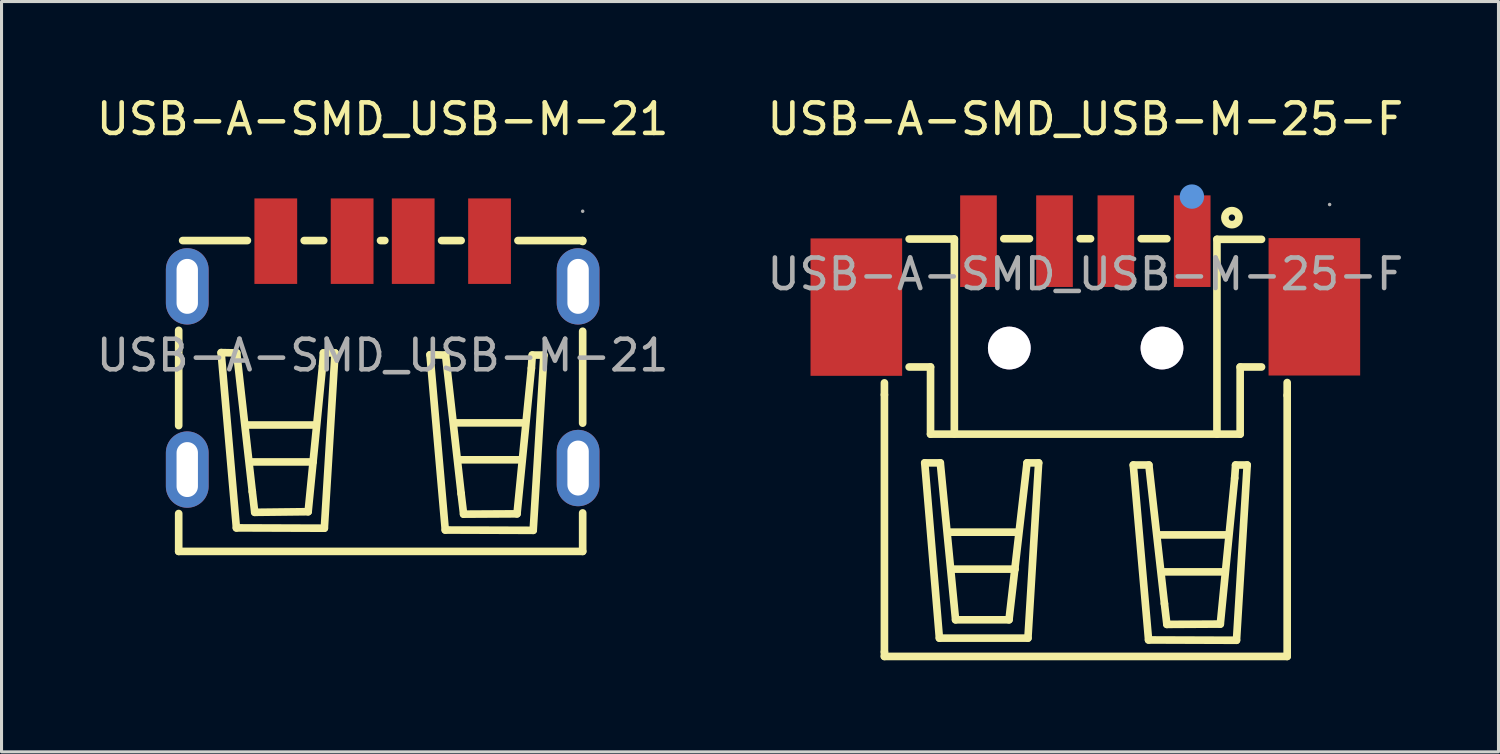
<source format=kicad_pcb>
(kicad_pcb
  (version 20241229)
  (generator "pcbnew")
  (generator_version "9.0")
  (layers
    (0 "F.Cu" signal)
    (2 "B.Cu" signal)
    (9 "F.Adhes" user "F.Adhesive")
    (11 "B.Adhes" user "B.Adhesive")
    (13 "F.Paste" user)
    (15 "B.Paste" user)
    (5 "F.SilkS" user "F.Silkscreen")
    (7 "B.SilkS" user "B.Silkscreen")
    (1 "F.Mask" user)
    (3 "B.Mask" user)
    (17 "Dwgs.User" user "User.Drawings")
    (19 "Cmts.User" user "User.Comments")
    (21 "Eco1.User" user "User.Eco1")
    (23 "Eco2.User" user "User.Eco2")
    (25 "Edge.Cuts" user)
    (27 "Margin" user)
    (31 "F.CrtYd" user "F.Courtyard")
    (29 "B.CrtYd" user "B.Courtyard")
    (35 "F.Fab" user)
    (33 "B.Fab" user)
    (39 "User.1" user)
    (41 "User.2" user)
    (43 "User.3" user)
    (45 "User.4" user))
  (footprint "USB-A-SMD_USB-M-25-F"
    (layer "F.Cu")
    (at 32.494 5.928)
    (property "Reference" "USB-A-SMD_USB-M-25-F" (at 0 -5.08 0) (layer "F.SilkS") (effects (font (size 1 1) (thickness 0.15))))
    (attr through_hole)
    (fp_line (start -6.58 3.95) (end -6.58 3.56) (stroke (width 0.25) (type solid)) (layer "F.SilkS"))
    (fp_line (start -6.58 3.95) (end -6.58 12.37) (stroke (width 0.25) (type solid)) (layer "F.SilkS"))
    (fp_line (start -6.58 12.37) (end -6.58 12.52) (stroke (width 0.25) (type solid)) (layer "F.SilkS"))
    (fp_line (start -6.58 12.52) (end 6.61 12.52) (stroke (width 0.25) (type solid)) (layer "F.SilkS"))
    (fp_line (start -5.26 6.18) (end -4.75 6.18) (stroke (width 0.25) (type solid)) (layer "F.SilkS"))
    (fp_line (start -5.07 3.04) (end -5.77 3.04) (stroke (width 0.25) (type solid)) (layer "F.SilkS"))
    (fp_line (start -5.07 3.04) (end -5.07 5.24) (stroke (width 0.25) (type solid)) (layer "F.SilkS"))
    (fp_line (start -5.07 5.24) (end 5.07 5.24) (stroke (width 0.25) (type solid)) (layer "F.SilkS"))
    (fp_line (start -4.78 11.92) (end -5.26 6.18) (stroke (width 0.25) (type solid)) (layer "F.SilkS"))
    (fp_line (start -4.75 6.18) (end -4.25 11.32) (stroke (width 0.25) (type solid)) (layer "F.SilkS"))
    (fp_line (start -4.47 8.45) (end -2.21 8.45) (stroke (width 0.25) (type solid)) (layer "F.SilkS"))
    (fp_line (start -4.33 9.66) (end -2.3 9.66) (stroke (width 0.25) (type solid)) (layer "F.SilkS"))
    (fp_line (start -4.29 -1.15) (end -5.77 -1.15) (stroke (width 0.25) (type solid)) (layer "F.SilkS"))
    (fp_line (start -4.29 5.23) (end -4.29 -1.15) (stroke (width 0.25) (type solid)) (layer "F.SilkS"))
    (fp_line (start -4.25 11.32) (end -2.5 11.32) (stroke (width 0.25) (type solid)) (layer "F.SilkS"))
    (fp_line (start -2.67 -1.16) (end -1.83 -1.16) (stroke (width 0.25) (type solid)) (layer "F.SilkS"))
    (fp_line (start -2.5 11.32) (end -1.91 6.18) (stroke (width 0.25) (type solid)) (layer "F.SilkS"))
    (fp_line (start -1.91 6.18) (end -1.53 6.18) (stroke (width 0.25) (type solid)) (layer "F.SilkS"))
    (fp_line (start -1.88 11.92) (end -4.78 11.92) (stroke (width 0.25) (type solid)) (layer "F.SilkS"))
    (fp_line (start -1.53 6.18) (end -1.88 11.92) (stroke (width 0.25) (type solid)) (layer "F.SilkS"))
    (fp_line (start -0.17 -1.16) (end 0.17 -1.16) (stroke (width 0.25) (type solid)) (layer "F.SilkS"))
    (fp_line (start 1.57 6.25) (end 2.08 6.25) (stroke (width 0.25) (type solid)) (layer "F.SilkS"))
    (fp_line (start 1.83 -1.16) (end 2.67 -1.16) (stroke (width 0.25) (type solid)) (layer "F.SilkS"))
    (fp_line (start 2.07 11.98) (end 1.57 6.25) (stroke (width 0.25) (type solid)) (layer "F.SilkS"))
    (fp_line (start 2.08 6.25) (end 2.59 10.79) (stroke (width 0.25) (type solid)) (layer "F.SilkS"))
    (fp_line (start 2.41 8.54) (end 4.67 8.54) (stroke (width 0.25) (type solid)) (layer "F.SilkS"))
    (fp_line (start 2.55 9.75) (end 4.58 9.75) (stroke (width 0.25) (type solid)) (layer "F.SilkS"))
    (fp_line (start 2.59 10.79) (end 2.67 11.47) (stroke (width 0.25) (type solid)) (layer "F.SilkS"))
    (fp_line (start 2.67 11.47) (end 4.42 11.46) (stroke (width 0.25) (type solid)) (layer "F.SilkS"))
    (fp_line (start 4.31 -1.14) (end 5.77 -1.14) (stroke (width 0.25) (type solid)) (layer "F.SilkS"))
    (fp_line (start 4.31 5.24) (end 4.31 -1.14) (stroke (width 0.25) (type solid)) (layer "F.SilkS"))
    (fp_line (start 4.42 11.46) (end 4.89 6.68) (stroke (width 0.25) (type solid)) (layer "F.SilkS"))
    (fp_line (start 4.89 6.68) (end 4.92 6.25) (stroke (width 0.25) (type solid)) (layer "F.SilkS"))
    (fp_line (start 4.92 6.25) (end 5.3 6.25) (stroke (width 0.25) (type solid)) (layer "F.SilkS"))
    (fp_line (start 4.95 11.99) (end 2.07 11.98) (stroke (width 0.25) (type solid)) (layer "F.SilkS"))
    (fp_line (start 5.07 3.04) (end 5.77 3.04) (stroke (width 0.25) (type solid)) (layer "F.SilkS"))
    (fp_line (start 5.07 5.24) (end 5.07 3.04) (stroke (width 0.25) (type solid)) (layer "F.SilkS"))
    (fp_line (start 5.3 6.25) (end 4.95 11.99) (stroke (width 0.25) (type solid)) (layer "F.SilkS"))
    (fp_line (start 6.61 3.97) (end 6.61 3.55) (stroke (width 0.25) (type solid)) (layer "F.SilkS"))
    (fp_line (start 6.61 3.97) (end 6.61 12.52) (stroke (width 0.25) (type solid)) (layer "F.SilkS"))
    (fp_circle (center 4.8 -1.85) (end 5.03 -1.85) (stroke (width 0.25) (type solid)) (fill no) (layer "F.SilkS"))
    (fp_circle (center -2.49 2.42) (end -2.24 2.42) (stroke (width 0.5) (type solid)) (fill no) (layer "Cmts.User"))
    (fp_circle (center 2.51 2.42) (end 2.76 2.42) (stroke (width 0.5) (type solid)) (fill no) (layer "Cmts.User"))
    (fp_circle (center 3.49 -2.54) (end 3.69 -2.54) (stroke (width 0.4) (type solid)) (fill no) (layer "Cmts.User"))
    (fp_circle (center 8 -2.28) (end 8.03 -2.28) (stroke (width 0.06) (type solid)) (fill no) (layer "F.Fab"))
    (fp_text user "${REFERENCE}" (at 0 0 0) (layer "F.Fab") (effects (font (size 1 1) (thickness 0.15))))
    (pad "" thru_hole circle (at -2.49 2.42) (size 1.4 1.4) (drill 1.4) (layers "*.Cu" "*.Mask"))
    (pad "" thru_hole circle (at 2.51 2.42) (size 1.4 1.4) (drill 1.4) (layers "*.Cu" "*.Mask"))
    (pad "1" smd rect (at 3.5 -1.08) (size 1.2 3) (layers "F.Cu" "F.Mask" "F.Paste"))
    (pad "2" smd rect (at 1 -1.08) (size 1.2 3) (layers "F.Cu" "F.Mask" "F.Paste"))
    (pad "3" smd rect (at -1.01 -1.08) (size 1.2 3) (layers "F.Cu" "F.Mask" "F.Paste"))
    (pad "4" smd rect (at -3.5 -1.08) (size 1.2 3) (layers "F.Cu" "F.Mask" "F.Paste"))
    (pad "5" smd rect (at -7.5 1.08 90) (size 4.5 3) (layers "F.Cu" "F.Mask" "F.Paste"))
    (pad "6" smd rect (at 7.5 1.07 90) (size 4.5 3) (layers "F.Cu" "F.Mask" "F.Paste")))
  (footprint "USB-A-SMD_USB-M-21"
    (layer "F.Cu")
    (at 9.482 8.588)
    (property "Reference" "USB-A-SMD_USB-M-21" (at 0 -7.74 0) (layer "F.SilkS") (effects (font (size 1 1) (thickness 0.15))))
    (attr through_hole)
    (fp_line (start -6.68 2.3) (end -6.68 -0.82) (stroke (width 0.25) (type solid)) (layer "F.SilkS"))
    (fp_line (start -6.68 6.42) (end -6.68 5.18) (stroke (width 0.25) (type solid)) (layer "F.SilkS"))
    (fp_line (start -6.55 -3.76) (end -4.43 -3.76) (stroke (width 0.25) (type solid)) (layer "F.SilkS"))
    (fp_line (start -5.29 -0.09) (end -4.78 -0.08) (stroke (width 0.25) (type solid)) (layer "F.SilkS"))
    (fp_line (start -4.79 5.65) (end -5.29 -0.09) (stroke (width 0.25) (type solid)) (layer "F.SilkS"))
    (fp_line (start -4.78 -0.08) (end -4.27 4.46) (stroke (width 0.25) (type solid)) (layer "F.SilkS"))
    (fp_line (start -4.45 2.28) (end -2.19 2.28) (stroke (width 0.25) (type solid)) (layer "F.SilkS"))
    (fp_line (start -4.31 3.49) (end -2.28 3.49) (stroke (width 0.25) (type solid)) (layer "F.SilkS"))
    (fp_line (start -4.27 4.46) (end -4.19 5.14) (stroke (width 0.25) (type solid)) (layer "F.SilkS"))
    (fp_line (start -4.19 5.14) (end -2.44 5.12) (stroke (width 0.25) (type solid)) (layer "F.SilkS"))
    (fp_line (start -2.57 -3.76) (end -1.93 -3.76) (stroke (width 0.25) (type solid)) (layer "F.SilkS"))
    (fp_line (start -2.44 5.12) (end -1.97 0.35) (stroke (width 0.25) (type solid)) (layer "F.SilkS"))
    (fp_line (start -1.97 0.35) (end -1.94 -0.08) (stroke (width 0.25) (type solid)) (layer "F.SilkS"))
    (fp_line (start -1.94 -0.08) (end -1.56 -0.08) (stroke (width 0.25) (type solid)) (layer "F.SilkS"))
    (fp_line (start -1.91 5.66) (end -4.79 5.65) (stroke (width 0.25) (type solid)) (layer "F.SilkS"))
    (fp_line (start -1.56 -0.08) (end -1.91 5.66) (stroke (width 0.25) (type solid)) (layer "F.SilkS"))
    (fp_line (start -0.07 -3.76) (end 0.07 -3.76) (stroke (width 0.25) (type solid)) (layer "F.SilkS"))
    (fp_line (start 1.55 -0.02) (end 2.06 -0.01) (stroke (width 0.25) (type solid)) (layer "F.SilkS"))
    (fp_line (start 1.93 -3.76) (end 2.57 -3.76) (stroke (width 0.25) (type solid)) (layer "F.SilkS"))
    (fp_line (start 2.05 5.72) (end 1.55 -0.02) (stroke (width 0.25) (type solid)) (layer "F.SilkS"))
    (fp_line (start 2.06 -0.01) (end 2.57 4.53) (stroke (width 0.25) (type solid)) (layer "F.SilkS"))
    (fp_line (start 2.4 2.21) (end 4.66 2.21) (stroke (width 0.25) (type solid)) (layer "F.SilkS"))
    (fp_line (start 2.54 3.42) (end 4.57 3.42) (stroke (width 0.25) (type solid)) (layer "F.SilkS"))
    (fp_line (start 2.57 4.53) (end 2.65 5.2) (stroke (width 0.25) (type solid)) (layer "F.SilkS"))
    (fp_line (start 2.65 5.2) (end 4.4 5.19) (stroke (width 0.25) (type solid)) (layer "F.SilkS"))
    (fp_line (start 4.4 5.19) (end 4.87 0.42) (stroke (width 0.25) (type solid)) (layer "F.SilkS"))
    (fp_line (start 4.43 -3.76) (end 6.55 -3.76) (stroke (width 0.25) (type solid)) (layer "F.SilkS"))
    (fp_line (start 4.87 0.42) (end 4.9 -0.01) (stroke (width 0.25) (type solid)) (layer "F.SilkS"))
    (fp_line (start 4.9 -0.01) (end 5.28 -0.01) (stroke (width 0.25) (type solid)) (layer "F.SilkS"))
    (fp_line (start 4.93 5.73) (end 2.05 5.72) (stroke (width 0.25) (type solid)) (layer "F.SilkS"))
    (fp_line (start 5.28 -0.01) (end 4.93 5.73) (stroke (width 0.25) (type solid)) (layer "F.SilkS"))
    (fp_line (start 6.55 -3.76) (end 6.55 -3.73) (stroke (width 0.25) (type solid)) (layer "F.SilkS"))
    (fp_line (start 6.55 -0.79) (end 6.55 2.22) (stroke (width 0.25) (type solid)) (layer "F.SilkS"))
    (fp_line (start 6.55 5.16) (end 6.55 6.42) (stroke (width 0.25) (type solid)) (layer "F.SilkS"))
    (fp_line (start 6.55 6.42) (end -6.68 6.42) (stroke (width 0.25) (type solid)) (layer "F.SilkS"))
    (fp_circle (center 6.55 -4.72) (end 6.58 -4.72) (stroke (width 0.06) (type solid)) (fill no) (layer "F.Fab"))
    (fp_text user "${REFERENCE}" (at 0 0 0) (layer "F.Fab") (effects (font (size 1 1) (thickness 0.15))))
    (pad "1" smd rect (at 3.5 -3.74 180) (size 1.4 2.8) (layers "F.Cu" "F.Mask" "F.Paste"))
    (pad "2" smd rect (at 1 -3.74 180) (size 1.4 2.8) (layers "F.Cu" "F.Mask" "F.Paste"))
    (pad "3" smd rect (at -1 -3.74 180) (size 1.4 2.8) (layers "F.Cu" "F.Mask" "F.Paste"))
    (pad "4" smd rect (at -3.5 -3.74 180) (size 1.4 2.8) (layers "F.Cu" "F.Mask" "F.Paste"))
    (pad "5" thru_hole oval (at -6.4 -2.26 270) (size 2.5 1.4) (drill oval 1.8 0.7) (layers "*.Cu" "*.Paste" "*.Mask"))
    (pad "6" thru_hole oval (at -6.4 3.74 270) (size 2.5 1.4) (drill oval 1.8 0.7) (layers "*.Cu" "*.Paste" "*.Mask"))
    (pad "7" thru_hole oval (at 6.4 3.69 90) (size 2.5 1.4) (drill oval 1.8 0.7) (layers "*.Cu" "*.Paste" "*.Mask"))
    (pad "8" thru_hole oval (at 6.4 -2.26 90) (size 2.5 1.4) (drill oval 1.8 0.7) (layers "*.Cu" "*.Paste" "*.Mask")))
  (gr_rect
    (start -3 -3)
    (end 46.024 21.573)
    (stroke (width 0.1) (type default))
    (fill no)
    (layer "Edge.Cuts")))
</source>
